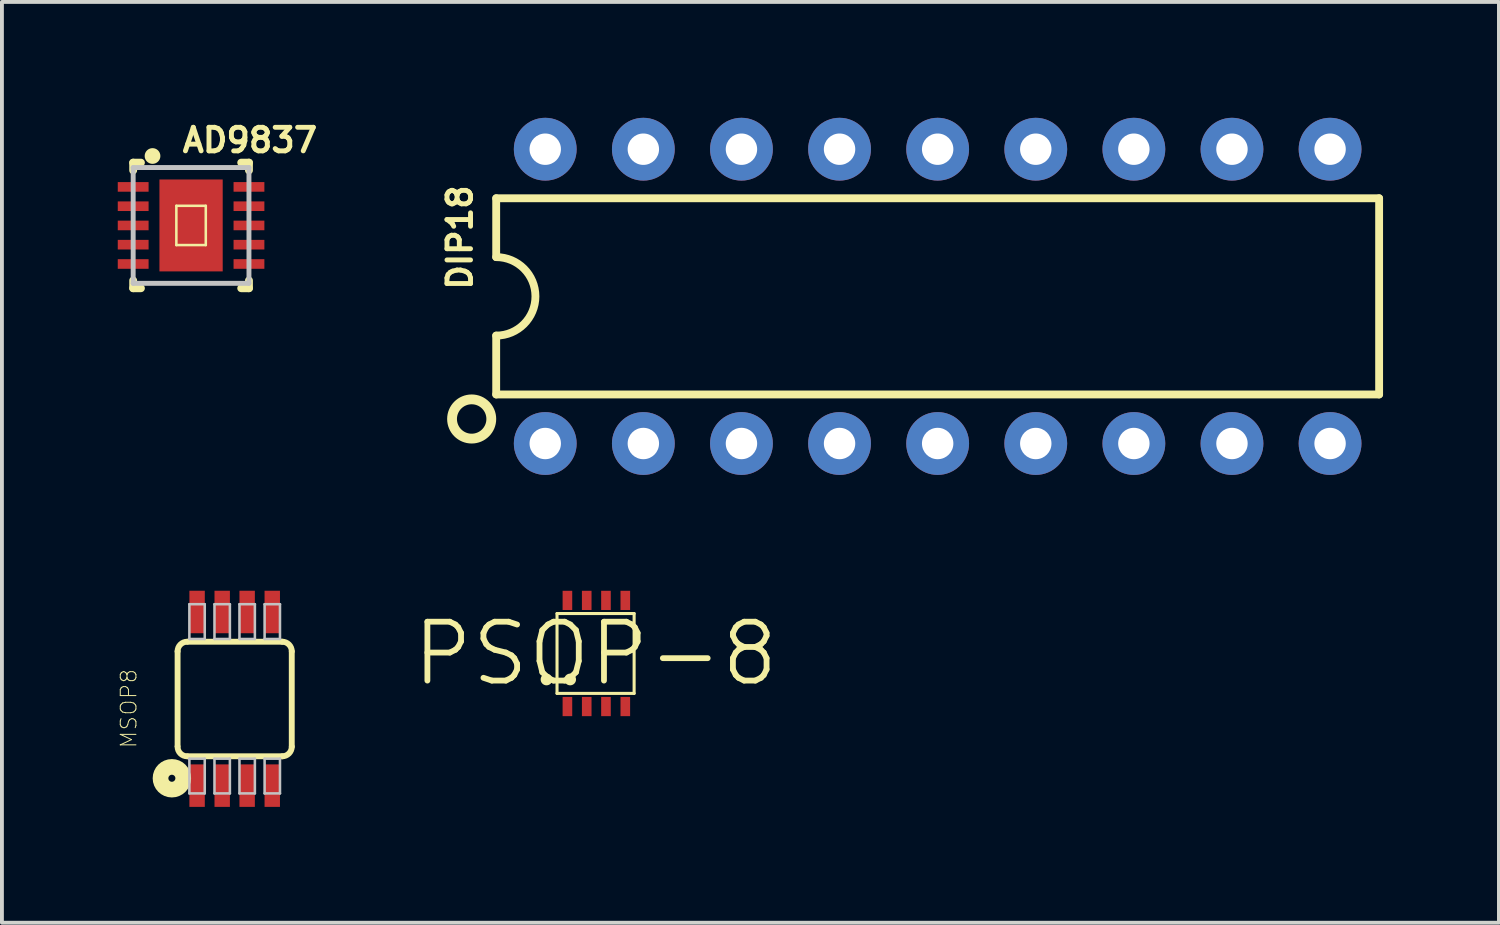
<source format=kicad_pcb>
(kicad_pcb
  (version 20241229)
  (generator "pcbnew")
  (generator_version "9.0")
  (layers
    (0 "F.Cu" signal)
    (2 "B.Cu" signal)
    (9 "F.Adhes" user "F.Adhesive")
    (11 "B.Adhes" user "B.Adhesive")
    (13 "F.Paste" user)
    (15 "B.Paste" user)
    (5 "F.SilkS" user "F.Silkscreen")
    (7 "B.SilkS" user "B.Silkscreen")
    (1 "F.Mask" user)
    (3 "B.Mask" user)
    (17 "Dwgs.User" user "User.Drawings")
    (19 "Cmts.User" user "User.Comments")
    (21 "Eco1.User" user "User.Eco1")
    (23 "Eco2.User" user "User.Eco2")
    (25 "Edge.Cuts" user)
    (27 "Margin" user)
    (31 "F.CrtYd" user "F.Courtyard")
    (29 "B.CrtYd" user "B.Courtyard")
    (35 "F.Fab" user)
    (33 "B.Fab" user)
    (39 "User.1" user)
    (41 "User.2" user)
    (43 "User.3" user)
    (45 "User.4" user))
  (footprint "MSOP8"
    (layer "F.Cu")
    (at 3.026 15.043)
    (property "Reference" "MSOP8" (at -2.743 0.254 90) (layer "F.SilkS") (effects (font (size 0.406 0.406) (thickness 0.025))))
    (attr smd)
    (fp_line (start -1.478 -1.229) (end -1.478 1.229) (stroke (width 0.152) (type solid)) (layer "F.SilkS"))
    (fp_line (start -1.219 -1.478) (end 1.24 -1.478) (stroke (width 0.152) (type solid)) (layer "F.SilkS"))
    (fp_line (start 1.24 1.488) (end -1.219 1.488) (stroke (width 0.152) (type solid)) (layer "F.SilkS"))
    (fp_line (start 1.478 1.24) (end 1.478 -1.229) (stroke (width 0.152) (type solid)) (layer "F.SilkS"))
    (fp_arc (start -1.47828 -1.22936) (mid -1.405373 -1.405373) (end -1.22936 -1.47828) (stroke (width 0.1524) (type solid)) (layer "F.SilkS"))
    (fp_arc (start -1.22936 1.48844) (mid -1.405373 1.415533) (end -1.47828 1.23952) (stroke (width 0.1524) (type solid)) (layer "F.SilkS"))
    (fp_arc (start 1.22936 -1.47828) (mid 1.405373 -1.405373) (end 1.47828 -1.22936) (stroke (width 0.1524) (type solid)) (layer "F.SilkS"))
    (fp_arc (start 1.47828 1.23952) (mid 1.405373 1.415533) (end 1.22936 1.48844) (stroke (width 0.1524) (type solid)) (layer "F.SilkS"))
    (fp_circle (center -1.626 2.057) (end -1.626 1.966) (stroke (width 0.406) (type solid)) (fill no) (layer "F.SilkS"))
    (fp_line (start -1.173 -2.449) (end -0.775 -2.449) (stroke (width 0.066) (type solid)) (layer "Dwgs.User"))
    (fp_line (start -1.173 -1.549) (end -1.173 -2.449) (stroke (width 0.066) (type solid)) (layer "Dwgs.User"))
    (fp_line (start -1.173 -1.549) (end -0.775 -1.549) (stroke (width 0.066) (type solid)) (layer "Dwgs.User"))
    (fp_line (start -1.173 1.549) (end -0.775 1.549) (stroke (width 0.066) (type solid)) (layer "Dwgs.User"))
    (fp_line (start -1.173 2.449) (end -1.173 1.549) (stroke (width 0.066) (type solid)) (layer "Dwgs.User"))
    (fp_line (start -1.173 2.449) (end -0.775 2.449) (stroke (width 0.066) (type solid)) (layer "Dwgs.User"))
    (fp_line (start -0.775 -1.549) (end -0.775 -2.449) (stroke (width 0.066) (type solid)) (layer "Dwgs.User"))
    (fp_line (start -0.775 2.449) (end -0.775 1.549) (stroke (width 0.066) (type solid)) (layer "Dwgs.User"))
    (fp_line (start -0.523 -2.449) (end -0.124 -2.449) (stroke (width 0.066) (type solid)) (layer "Dwgs.User"))
    (fp_line (start -0.523 -1.549) (end -0.523 -2.449) (stroke (width 0.066) (type solid)) (layer "Dwgs.User"))
    (fp_line (start -0.523 -1.549) (end -0.124 -1.549) (stroke (width 0.066) (type solid)) (layer "Dwgs.User"))
    (fp_line (start -0.523 1.549) (end -0.124 1.549) (stroke (width 0.066) (type solid)) (layer "Dwgs.User"))
    (fp_line (start -0.523 2.449) (end -0.523 1.549) (stroke (width 0.066) (type solid)) (layer "Dwgs.User"))
    (fp_line (start -0.523 2.449) (end -0.124 2.449) (stroke (width 0.066) (type solid)) (layer "Dwgs.User"))
    (fp_line (start -0.124 -1.549) (end -0.124 -2.449) (stroke (width 0.066) (type solid)) (layer "Dwgs.User"))
    (fp_line (start -0.124 2.449) (end -0.124 1.549) (stroke (width 0.066) (type solid)) (layer "Dwgs.User"))
    (fp_line (start 0.124 -2.449) (end 0.523 -2.449) (stroke (width 0.066) (type solid)) (layer "Dwgs.User"))
    (fp_line (start 0.124 -1.549) (end 0.124 -2.449) (stroke (width 0.066) (type solid)) (layer "Dwgs.User"))
    (fp_line (start 0.124 -1.549) (end 0.523 -1.549) (stroke (width 0.066) (type solid)) (layer "Dwgs.User"))
    (fp_line (start 0.124 1.549) (end 0.523 1.549) (stroke (width 0.066) (type solid)) (layer "Dwgs.User"))
    (fp_line (start 0.124 2.449) (end 0.124 1.549) (stroke (width 0.066) (type solid)) (layer "Dwgs.User"))
    (fp_line (start 0.124 2.449) (end 0.523 2.449) (stroke (width 0.066) (type solid)) (layer "Dwgs.User"))
    (fp_line (start 0.523 -1.549) (end 0.523 -2.449) (stroke (width 0.066) (type solid)) (layer "Dwgs.User"))
    (fp_line (start 0.523 2.449) (end 0.523 1.549) (stroke (width 0.066) (type solid)) (layer "Dwgs.User"))
    (fp_line (start 0.775 -2.449) (end 1.173 -2.449) (stroke (width 0.066) (type solid)) (layer "Dwgs.User"))
    (fp_line (start 0.775 -1.549) (end 0.775 -2.449) (stroke (width 0.066) (type solid)) (layer "Dwgs.User"))
    (fp_line (start 0.775 -1.549) (end 1.173 -1.549) (stroke (width 0.066) (type solid)) (layer "Dwgs.User"))
    (fp_line (start 0.775 1.549) (end 1.173 1.549) (stroke (width 0.066) (type solid)) (layer "Dwgs.User"))
    (fp_line (start 0.775 2.449) (end 0.775 1.549) (stroke (width 0.066) (type solid)) (layer "Dwgs.User"))
    (fp_line (start 0.775 2.449) (end 1.173 2.449) (stroke (width 0.066) (type solid)) (layer "Dwgs.User"))
    (fp_line (start 1.173 -1.549) (end 1.173 -2.449) (stroke (width 0.066) (type solid)) (layer "Dwgs.User"))
    (fp_line (start 1.173 2.449) (end 1.173 1.549) (stroke (width 0.066) (type solid)) (layer "Dwgs.User"))
    (pad "1" smd rect (at -0.973 2.248) (size 0.399 1.1) (layers "F.Cu" "F.Mask" "F.Paste"))
    (pad "2" smd rect (at -0.323 2.248) (size 0.399 1.1) (layers "F.Cu" "F.Mask" "F.Paste"))
    (pad "3" smd rect (at 0.323 2.248) (size 0.399 1.1) (layers "F.Cu" "F.Mask" "F.Paste"))
    (pad "4" smd rect (at 0.973 2.248) (size 0.399 1.1) (layers "F.Cu" "F.Mask" "F.Paste"))
    (pad "5" smd rect (at 0.973 -2.248) (size 0.399 1.1) (layers "F.Cu" "F.Mask" "F.Paste"))
    (pad "6" smd rect (at 0.323 -2.248) (size 0.399 1.1) (layers "F.Cu" "F.Mask" "F.Paste"))
    (pad "7" smd rect (at -0.323 -2.248) (size 0.399 1.1) (layers "F.Cu" "F.Mask" "F.Paste"))
    (pad "8" smd rect (at -0.973 -2.248) (size 0.399 1.1) (layers "F.Cu" "F.Mask" "F.Paste")))
  (footprint "AD9837"
    (layer "F.Cu")
    (at 1.897 2.787)
    (property "Reference" "AD9837" (at 1.524 -2.207 0) (layer "F.SilkS") (effects (font (size 0.61 0.61) (thickness 0.127))))
    (attr smd)
    (fp_line (start -1.499 -1.626) (end -1.499 -1.425) (stroke (width 0.203) (type solid)) (layer "F.SilkS"))
    (fp_line (start -1.499 -1.626) (end -1.298 -1.626) (stroke (width 0.203) (type solid)) (layer "F.SilkS"))
    (fp_line (start -1.499 1.626) (end -1.499 1.425) (stroke (width 0.203) (type solid)) (layer "F.SilkS"))
    (fp_line (start -1.499 1.626) (end -1.298 1.626) (stroke (width 0.203) (type solid)) (layer "F.SilkS"))
    (fp_line (start -0.998 -1.699) (end -0.998 -1.9) (stroke (width 0.127) (type solid)) (layer "F.SilkS"))
    (fp_line (start -0.899 -1.798) (end -1.1 -1.798) (stroke (width 0.127) (type solid)) (layer "F.SilkS"))
    (fp_line (start -0.381 -0.508) (end 0.381 -0.508) (stroke (width 0.066) (type solid)) (layer "F.SilkS"))
    (fp_line (start -0.381 0.508) (end -0.381 -0.508) (stroke (width 0.066) (type solid)) (layer "F.SilkS"))
    (fp_line (start -0.381 0.508) (end 0.381 0.508) (stroke (width 0.066) (type solid)) (layer "F.SilkS"))
    (fp_line (start 0.381 0.508) (end 0.381 -0.508) (stroke (width 0.066) (type solid)) (layer "F.SilkS"))
    (fp_line (start 1.499 -1.626) (end 1.298 -1.626) (stroke (width 0.203) (type solid)) (layer "F.SilkS"))
    (fp_line (start 1.499 -1.626) (end 1.499 -1.425) (stroke (width 0.203) (type solid)) (layer "F.SilkS"))
    (fp_line (start 1.499 1.626) (end 1.298 1.626) (stroke (width 0.203) (type solid)) (layer "F.SilkS"))
    (fp_line (start 1.499 1.626) (end 1.499 1.425) (stroke (width 0.203) (type solid)) (layer "F.SilkS"))
    (fp_circle (center -0.998 -1.798) (end -0.998 -1.938) (stroke (width 0.127) (type solid)) (fill no) (layer "F.SilkS"))
    (fp_line (start -1.499 -1.499) (end -1.499 1.499) (stroke (width 0.127) (type solid)) (layer "Dwgs.User"))
    (fp_line (start -1.499 1.499) (end 1.499 1.499) (stroke (width 0.127) (type solid)) (layer "Dwgs.User"))
    (fp_line (start 1.499 -1.499) (end -1.499 -1.499) (stroke (width 0.127) (type solid)) (layer "Dwgs.User"))
    (fp_line (start 1.499 1.499) (end 1.499 -1.499) (stroke (width 0.127) (type solid)) (layer "Dwgs.User"))
    (pad "P$0" smd rect (at 0 0 270) (size 2.38 1.638) (layers "F.Cu" "F.Mask" "F.Paste"))
    (pad "P$1" smd rect (at -1.499 -0.998 270) (size 0.249 0.798) (layers "F.Cu" "F.Mask" "F.Paste"))
    (pad "P$2" smd rect (at -1.499 -0.498 270) (size 0.249 0.798) (layers "F.Cu" "F.Mask" "F.Paste"))
    (pad "P$3" smd rect (at -1.499 0 270) (size 0.249 0.798) (layers "F.Cu" "F.Mask" "F.Paste"))
    (pad "P$4" smd rect (at -1.499 0.498 270) (size 0.249 0.798) (layers "F.Cu" "F.Mask" "F.Paste"))
    (pad "P$5" smd rect (at -1.499 0.998 270) (size 0.249 0.798) (layers "F.Cu" "F.Mask" "F.Paste"))
    (pad "P$6" smd rect (at 1.499 0.998 270) (size 0.249 0.798) (layers "F.Cu" "F.Mask" "F.Paste"))
    (pad "P$7" smd rect (at 1.499 0.498 270) (size 0.249 0.798) (layers "F.Cu" "F.Mask" "F.Paste"))
    (pad "P$8" smd rect (at 1.499 0 270) (size 0.249 0.798) (layers "F.Cu" "F.Mask" "F.Paste"))
    (pad "P$9" smd rect (at 1.499 -0.498 270) (size 0.249 0.798) (layers "F.Cu" "F.Mask" "F.Paste"))
    (pad "P$10" smd rect (at 1.499 -0.998 270) (size 0.249 0.798) (layers "F.Cu" "F.Mask" "F.Paste")))
  (footprint "PSOP-8"
    (layer "F.Cu")
    (at 12.37 13.874)
    (property "Reference" "PSOP-8" (at 0 0 0) (layer "F.SilkS") (effects (font (size 1.524 1.524) (thickness 0.15))))
    (attr smd)
    (fp_line (start -0.998 -1.039) (end -0.998 1.029) (stroke (width 0.079) (type solid)) (layer "F.SilkS"))
    (fp_line (start -0.998 1.029) (end 0.998 1.029) (stroke (width 0.079) (type solid)) (layer "F.SilkS"))
    (fp_line (start 0.998 -1.039) (end -0.998 -1.039) (stroke (width 0.079) (type solid)) (layer "F.SilkS"))
    (fp_line (start 0.998 1.029) (end 0.998 -1.039) (stroke (width 0.079) (type solid)) (layer "F.SilkS"))
    (fp_circle (center -1.27 0.668) (end -1.27 0.516) (stroke (width 0) (type solid)) (fill yes) (layer "F.SilkS"))
    (fp_circle (center -0.658 0.668) (end -0.658 0.516) (stroke (width 0) (type solid)) (fill yes) (layer "F.SilkS"))
    (pad "1" smd rect (at -0.729 1.369) (size 0.249 0.498) (layers "F.Cu" "F.Mask" "F.Paste"))
    (pad "2" smd rect (at -0.229 1.369) (size 0.249 0.498) (layers "F.Cu" "F.Mask" "F.Paste"))
    (pad "3" smd rect (at 0.269 1.369) (size 0.249 0.498) (layers "F.Cu" "F.Mask" "F.Paste"))
    (pad "4" smd rect (at 0.77 1.369) (size 0.249 0.498) (layers "F.Cu" "F.Mask" "F.Paste"))
    (pad "5" smd rect (at 0.77 -1.379) (size 0.249 0.498) (layers "F.Cu" "F.Mask" "F.Paste"))
    (pad "6" smd rect (at 0.269 -1.379) (size 0.249 0.498) (layers "F.Cu" "F.Mask" "F.Paste"))
    (pad "7" smd rect (at -0.229 -1.379) (size 0.249 0.498) (layers "F.Cu" "F.Mask" "F.Paste"))
    (pad "8" smd rect (at -0.729 -1.379) (size 0.249 0.498) (layers "F.Cu" "F.Mask" "F.Paste")))
  (footprint "DIP18"
    (layer "F.Cu")
    (at 21.227 4.623)
    (property "Reference" "DIP18" (at -12.37 -1.524 90) (layer "F.SilkS") (effects (font (size 0.61 0.61) (thickness 0.127))))
    (attr exclude_from_pos_files exclude_from_bom)
    (fp_line (start -11.43 -2.54) (end -11.43 -1.016) (stroke (width 0.203) (type solid)) (layer "F.SilkS"))
    (fp_line (start -11.43 2.54) (end -11.43 1.016) (stroke (width 0.203) (type solid)) (layer "F.SilkS"))
    (fp_line (start -11.43 2.54) (end 11.43 2.54) (stroke (width 0.203) (type solid)) (layer "F.SilkS"))
    (fp_line (start 11.43 -2.54) (end -11.43 -2.54) (stroke (width 0.203) (type solid)) (layer "F.SilkS"))
    (fp_line (start 11.43 -2.54) (end 11.43 2.54) (stroke (width 0.203) (type solid)) (layer "F.SilkS"))
    (fp_arc (start -11.43 -1.016) (mid -10.414 0) (end -11.43 1.016) (stroke (width 0.2032) (type solid)) (layer "F.SilkS"))
    (fp_circle (center -12.065 3.175) (end -12.065 2.667) (stroke (width 0.254) (type solid)) (fill no) (layer "F.SilkS"))
    (pad "1" thru_hole circle (at -10.16 3.81) (size 1.626 1.626) (drill 0.813) (layers "*.Cu" "*.Paste" "*.Mask"))
    (pad "2" thru_hole circle (at -7.62 3.81) (size 1.626 1.626) (drill 0.813) (layers "*.Cu" "*.Paste" "*.Mask"))
    (pad "3" thru_hole circle (at -5.08 3.81) (size 1.626 1.626) (drill 0.813) (layers "*.Cu" "*.Paste" "*.Mask"))
    (pad "4" thru_hole circle (at -2.54 3.81) (size 1.626 1.626) (drill 0.813) (layers "*.Cu" "*.Paste" "*.Mask"))
    (pad "5" thru_hole circle (at 0 3.81) (size 1.626 1.626) (drill 0.813) (layers "*.Cu" "*.Paste" "*.Mask"))
    (pad "6" thru_hole circle (at 2.54 3.81) (size 1.626 1.626) (drill 0.813) (layers "*.Cu" "*.Paste" "*.Mask"))
    (pad "7" thru_hole circle (at 5.08 3.81) (size 1.626 1.626) (drill 0.813) (layers "*.Cu" "*.Paste" "*.Mask"))
    (pad "8" thru_hole circle (at 7.62 3.81) (size 1.626 1.626) (drill 0.813) (layers "*.Cu" "*.Paste" "*.Mask"))
    (pad "9" thru_hole circle (at 10.16 3.81) (size 1.626 1.626) (drill 0.813) (layers "*.Cu" "*.Paste" "*.Mask"))
    (pad "10" thru_hole circle (at 10.16 -3.81) (size 1.626 1.626) (drill 0.813) (layers "*.Cu" "*.Paste" "*.Mask"))
    (pad "11" thru_hole circle (at 7.62 -3.81) (size 1.626 1.626) (drill 0.813) (layers "*.Cu" "*.Paste" "*.Mask"))
    (pad "12" thru_hole circle (at 5.08 -3.81) (size 1.626 1.626) (drill 0.813) (layers "*.Cu" "*.Paste" "*.Mask"))
    (pad "13" thru_hole circle (at 2.54 -3.81) (size 1.626 1.626) (drill 0.813) (layers "*.Cu" "*.Paste" "*.Mask"))
    (pad "14" thru_hole circle (at 0 -3.81) (size 1.626 1.626) (drill 0.813) (layers "*.Cu" "*.Paste" "*.Mask"))
    (pad "15" thru_hole circle (at -2.54 -3.81) (size 1.626 1.626) (drill 0.813) (layers "*.Cu" "*.Paste" "*.Mask"))
    (pad "16" thru_hole circle (at -5.08 -3.81) (size 1.626 1.626) (drill 0.813) (layers "*.Cu" "*.Paste" "*.Mask"))
    (pad "17" thru_hole circle (at -7.62 -3.81) (size 1.626 1.626) (drill 0.813) (layers "*.Cu" "*.Paste" "*.Mask"))
    (pad "18" thru_hole circle (at -10.16 -3.81) (size 1.626 1.626) (drill 0.813) (layers "*.Cu" "*.Paste" "*.Mask")))
  (gr_rect
    (start -3 -3)
    (end 35.759 20.841)
    (stroke (width 0.1) (type default))
    (fill no)
    (layer "Edge.Cuts")))
</source>
